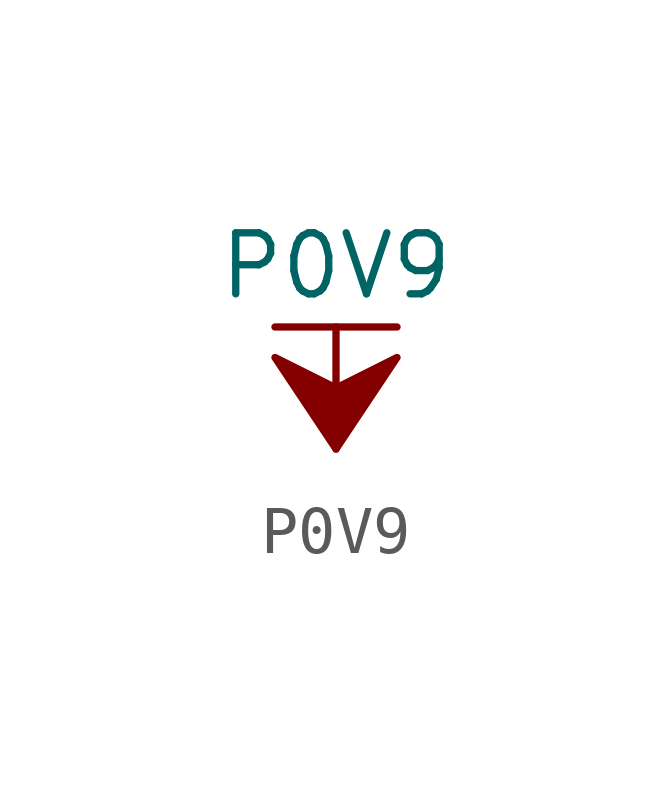
<source format=kicad_sym>
(kicad_symbol_lib
  (version 20211014)
  (generator kicad_symbol_editor)
  (symbol "P0V9"
    (power)
    (pin_names
      (offset 0))
    (property "Reference" "#PWR"
      (at 0 -3.81 0)
      (effects (font (size 1.27 1.27)) hide))
    (property "Value" "P0V9"
      (at 0 3.81 0)
      (effects (font (size 1.27 1.27))))
    (symbol "P0V9_0_1"
      (polyline (pts (xy -1.27 2.54) (xy 1.27 2.54)) (stroke (width 0.152) (type default) (color 0 0 0 0)) (fill (type none)))
      (polyline (pts (xy 0 0) (xy 0 2.54)) (stroke (width 0.152) (type default) (color 0 0 0 0)) (fill (type none)))
      (polyline (pts (xy 0 0) (xy 1.27 1.905) (xy 0 1.27) (xy -1.27 1.905) (xy 0 0)) (stroke (width 0.152) (type default) (color 0 0 0 0)) (fill (type outline))))
    (symbol "P0V9_1_1"
      (pin power_in line (at 0 0 90) (length 0) hide (name "P0V9" (effects (font (size 1.27 1.27)))) (number "1" (effects (font (size 1.27 1.27))))))))
</source>
